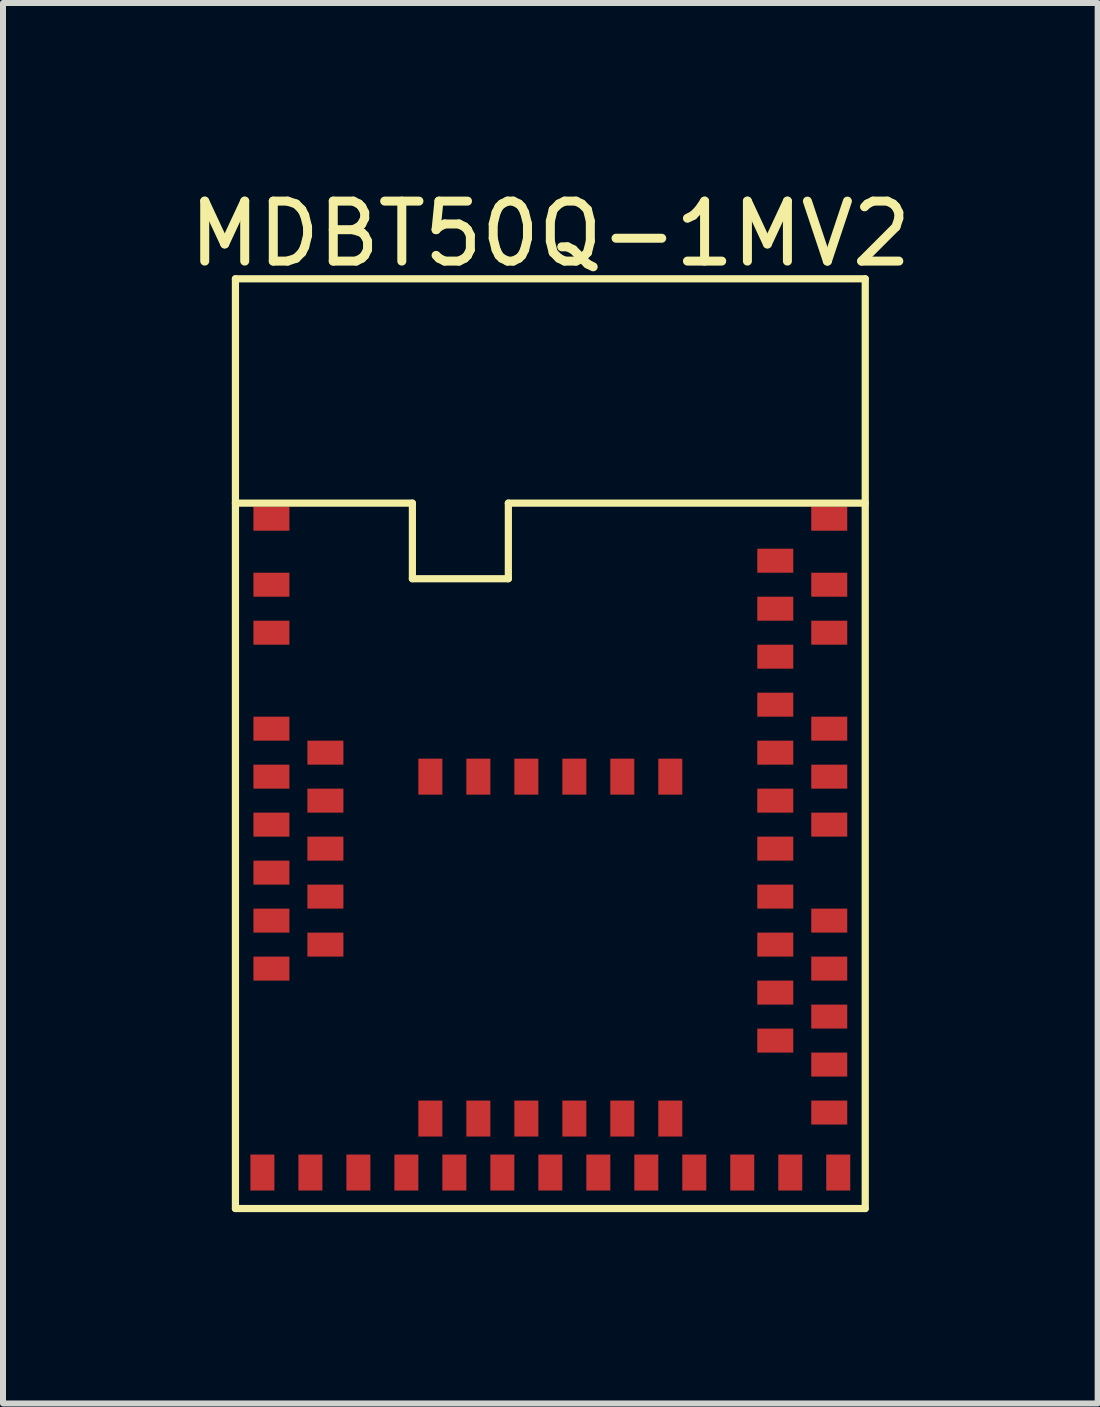
<source format=kicad_pcb>
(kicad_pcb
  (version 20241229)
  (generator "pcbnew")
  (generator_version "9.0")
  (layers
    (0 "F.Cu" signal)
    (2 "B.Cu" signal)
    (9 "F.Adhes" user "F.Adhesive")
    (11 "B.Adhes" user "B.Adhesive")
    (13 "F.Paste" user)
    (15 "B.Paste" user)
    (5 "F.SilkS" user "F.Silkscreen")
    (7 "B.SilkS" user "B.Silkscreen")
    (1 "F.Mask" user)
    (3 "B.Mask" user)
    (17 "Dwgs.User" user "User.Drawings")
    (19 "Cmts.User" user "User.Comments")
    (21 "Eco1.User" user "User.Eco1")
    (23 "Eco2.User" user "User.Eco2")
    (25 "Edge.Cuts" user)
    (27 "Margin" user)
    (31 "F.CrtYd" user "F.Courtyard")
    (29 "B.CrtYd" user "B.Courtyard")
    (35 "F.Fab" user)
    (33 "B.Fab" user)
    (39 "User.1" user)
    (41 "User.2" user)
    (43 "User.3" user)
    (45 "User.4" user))
  (footprint "MDBT50Q-1MV2"
    (layer "F.Cu")
    (at 0.875 17.098)
    (property "Reference" "MDBT50Q-1MV2" (at 5.25 -16.25 0) (layer "F.SilkS") (effects (font (size 1 1) (thickness 0.15))))
    (attr smd)
    (fp_line (start 0 -15.5) (end 10.5 -15.5) (stroke (width 0.12) (type solid)) (layer "F.SilkS"))
    (fp_line (start 0 0) (end 0 -15.5) (stroke (width 0.12) (type solid)) (layer "F.SilkS"))
    (fp_line (start 2.95 -11.76) (end 0 -11.76) (stroke (width 0.12) (type solid)) (layer "F.SilkS"))
    (fp_line (start 2.95 -11.76) (end 2.95 -10.5) (stroke (width 0.12) (type solid)) (layer "F.SilkS"))
    (fp_line (start 2.95 -10.5) (end 4.55 -10.5) (stroke (width 0.12) (type solid)) (layer "F.SilkS"))
    (fp_line (start 4.55 -11.76) (end 10.5 -11.76) (stroke (width 0.12) (type solid)) (layer "F.SilkS"))
    (fp_line (start 4.55 -10.5) (end 4.55 -11.76) (stroke (width 0.12) (type solid)) (layer "F.SilkS"))
    (fp_line (start 10.5 -15.5) (end 10.5 0) (stroke (width 0.12) (type solid)) (layer "F.SilkS"))
    (fp_line (start 10.5 0) (end 0 0) (stroke (width 0.12) (type solid)) (layer "F.SilkS"))
    (pad "1" smd rect (at 0.6 -11.5) (size 0.6 0.4) (layers "F.Cu" "F.Mask" "F.Paste"))
    (pad "2" smd rect (at 0.6 -10.4) (size 0.6 0.4) (layers "F.Cu" "F.Mask" "F.Paste"))
    (pad "3" smd rect (at 0.6 -9.6) (size 0.6 0.4) (layers "F.Cu" "F.Mask" "F.Paste"))
    (pad "4" smd rect (at 0.6 -8) (size 0.6 0.4) (layers "F.Cu" "F.Mask" "F.Paste"))
    (pad "5" smd rect (at 1.5 -7.6) (size 0.6 0.4) (layers "F.Cu" "F.Mask" "F.Paste"))
    (pad "6" smd rect (at 0.6 -7.2) (size 0.6 0.4) (layers "F.Cu" "F.Mask" "F.Paste"))
    (pad "7" smd rect (at 1.5 -6.8) (size 0.6 0.4) (layers "F.Cu" "F.Mask" "F.Paste"))
    (pad "8" smd rect (at 0.6 -6.4) (size 0.6 0.4) (layers "F.Cu" "F.Mask" "F.Paste"))
    (pad "9" smd rect (at 1.5 -6) (size 0.6 0.4) (layers "F.Cu" "F.Mask" "F.Paste"))
    (pad "10" smd rect (at 0.6 -5.6) (size 0.6 0.4) (layers "F.Cu" "F.Mask" "F.Paste"))
    (pad "11" smd rect (at 1.5 -5.2) (size 0.6 0.4) (layers "F.Cu" "F.Mask" "F.Paste"))
    (pad "12" smd rect (at 0.6 -4.8) (size 0.6 0.4) (layers "F.Cu" "F.Mask" "F.Paste"))
    (pad "13" smd rect (at 1.5 -4.4) (size 0.6 0.4) (layers "F.Cu" "F.Mask" "F.Paste"))
    (pad "14" smd rect (at 0.6 -4) (size 0.6 0.4) (layers "F.Cu" "F.Mask" "F.Paste"))
    (pad "15" smd rect (at 0.45 -0.6) (size 0.4 0.6) (layers "F.Cu" "F.Mask" "F.Paste"))
    (pad "16" smd rect (at 1.25 -0.6) (size 0.4 0.6) (layers "F.Cu" "F.Mask" "F.Paste"))
    (pad "17" smd rect (at 2.05 -0.6) (size 0.4 0.6) (layers "F.Cu" "F.Mask" "F.Paste"))
    (pad "18" smd rect (at 2.85 -0.6) (size 0.4 0.6) (layers "F.Cu" "F.Mask" "F.Paste"))
    (pad "19" smd rect (at 3.25 -1.5) (size 0.4 0.6) (layers "F.Cu" "F.Mask" "F.Paste"))
    (pad "20" smd rect (at 3.65 -0.6) (size 0.4 0.6) (layers "F.Cu" "F.Mask" "F.Paste"))
    (pad "21" smd rect (at 4.05 -1.5) (size 0.4 0.6) (layers "F.Cu" "F.Mask" "F.Paste"))
    (pad "22" smd rect (at 4.45 -0.6) (size 0.4 0.6) (layers "F.Cu" "F.Mask" "F.Paste"))
    (pad "23" smd rect (at 4.85 -1.5) (size 0.4 0.6) (layers "F.Cu" "F.Mask" "F.Paste"))
    (pad "24" smd rect (at 5.25 -0.6) (size 0.4 0.6) (layers "F.Cu" "F.Mask" "F.Paste"))
    (pad "25" smd rect (at 5.65 -1.5) (size 0.4 0.6) (layers "F.Cu" "F.Mask" "F.Paste"))
    (pad "26" smd rect (at 6.05 -0.6) (size 0.4 0.6) (layers "F.Cu" "F.Mask" "F.Paste"))
    (pad "27" smd rect (at 6.45 -1.5) (size 0.4 0.6) (layers "F.Cu" "F.Mask" "F.Paste"))
    (pad "28" smd rect (at 6.85 -0.6) (size 0.4 0.6) (layers "F.Cu" "F.Mask" "F.Paste"))
    (pad "29" smd rect (at 7.25 -1.5) (size 0.4 0.6) (layers "F.Cu" "F.Mask" "F.Paste"))
    (pad "30" smd rect (at 7.65 -0.6) (size 0.4 0.6) (layers "F.Cu" "F.Mask" "F.Paste"))
    (pad "31" smd rect (at 8.45 -0.6) (size 0.4 0.6) (layers "F.Cu" "F.Mask" "F.Paste"))
    (pad "32" smd rect (at 9.25 -0.6) (size 0.4 0.6) (layers "F.Cu" "F.Mask" "F.Paste"))
    (pad "33" smd rect (at 10.05 -0.6) (size 0.4 0.6) (layers "F.Cu" "F.Mask" "F.Paste"))
    (pad "34" smd rect (at 9.9 -1.6) (size 0.6 0.4) (layers "F.Cu" "F.Mask" "F.Paste"))
    (pad "35" smd rect (at 9.9 -2.4) (size 0.6 0.4) (layers "F.Cu" "F.Mask" "F.Paste"))
    (pad "36" smd rect (at 9 -2.8) (size 0.6 0.4) (layers "F.Cu" "F.Mask" "F.Paste"))
    (pad "37" smd rect (at 9.9 -3.2) (size 0.6 0.4) (layers "F.Cu" "F.Mask" "F.Paste"))
    (pad "38" smd rect (at 9 -3.6) (size 0.6 0.4) (layers "F.Cu" "F.Mask" "F.Paste"))
    (pad "39" smd rect (at 9.9 -4) (size 0.6 0.4) (layers "F.Cu" "F.Mask" "F.Paste"))
    (pad "40" smd rect (at 9 -4.4) (size 0.6 0.4) (layers "F.Cu" "F.Mask" "F.Paste"))
    (pad "41" smd rect (at 9.9 -4.8) (size 0.6 0.4) (layers "F.Cu" "F.Mask" "F.Paste"))
    (pad "42" smd rect (at 9 -5.2) (size 0.6 0.4) (layers "F.Cu" "F.Mask" "F.Paste"))
    (pad "43" smd rect (at 9 -6) (size 0.6 0.4) (layers "F.Cu" "F.Mask" "F.Paste"))
    (pad "44" smd rect (at 9.9 -6.4) (size 0.6 0.4) (layers "F.Cu" "F.Mask" "F.Paste"))
    (pad "45" smd rect (at 9 -6.8) (size 0.6 0.4) (layers "F.Cu" "F.Mask" "F.Paste"))
    (pad "46" smd rect (at 9.9 -7.2) (size 0.6 0.4) (layers "F.Cu" "F.Mask" "F.Paste"))
    (pad "47" smd rect (at 9 -7.6) (size 0.6 0.4) (layers "F.Cu" "F.Mask" "F.Paste"))
    (pad "48" smd rect (at 9.9 -8) (size 0.6 0.4) (layers "F.Cu" "F.Mask" "F.Paste"))
    (pad "49" smd rect (at 9 -8.4) (size 0.6 0.4) (layers "F.Cu" "F.Mask" "F.Paste"))
    (pad "50" smd rect (at 9 -9.2) (size 0.6 0.4) (layers "F.Cu" "F.Mask" "F.Paste"))
    (pad "51" smd rect (at 9.9 -9.6) (size 0.6 0.4) (layers "F.Cu" "F.Mask" "F.Paste"))
    (pad "52" smd rect (at 9 -10) (size 0.6 0.4) (layers "F.Cu" "F.Mask" "F.Paste"))
    (pad "53" smd rect (at 9.9 -10.4) (size 0.6 0.4) (layers "F.Cu" "F.Mask" "F.Paste"))
    (pad "54" smd rect (at 9 -10.8) (size 0.6 0.4) (layers "F.Cu" "F.Mask" "F.Paste"))
    (pad "55" smd rect (at 9.9 -11.5) (size 0.6 0.4) (layers "F.Cu" "F.Mask" "F.Paste"))
    (pad "56" smd rect (at 3.25 -7.2) (size 0.4 0.6) (layers "F.Cu" "F.Mask" "F.Paste"))
    (pad "57" smd rect (at 4.05 -7.2) (size 0.4 0.6) (layers "F.Cu" "F.Mask" "F.Paste"))
    (pad "58" smd rect (at 4.85 -7.2) (size 0.4 0.6) (layers "F.Cu" "F.Mask" "F.Paste"))
    (pad "59" smd rect (at 5.65 -7.2) (size 0.4 0.6) (layers "F.Cu" "F.Mask" "F.Paste"))
    (pad "60" smd rect (at 6.45 -7.2) (size 0.4 0.6) (layers "F.Cu" "F.Mask" "F.Paste"))
    (pad "61" smd rect (at 7.25 -7.2) (size 0.4 0.6) (layers "F.Cu" "F.Mask" "F.Paste")))
  (gr_rect
    (start -3 -3)
    (end 15.25 20.348)
    (stroke (width 0.1) (type default))
    (fill no)
    (layer "Edge.Cuts")))
</source>
